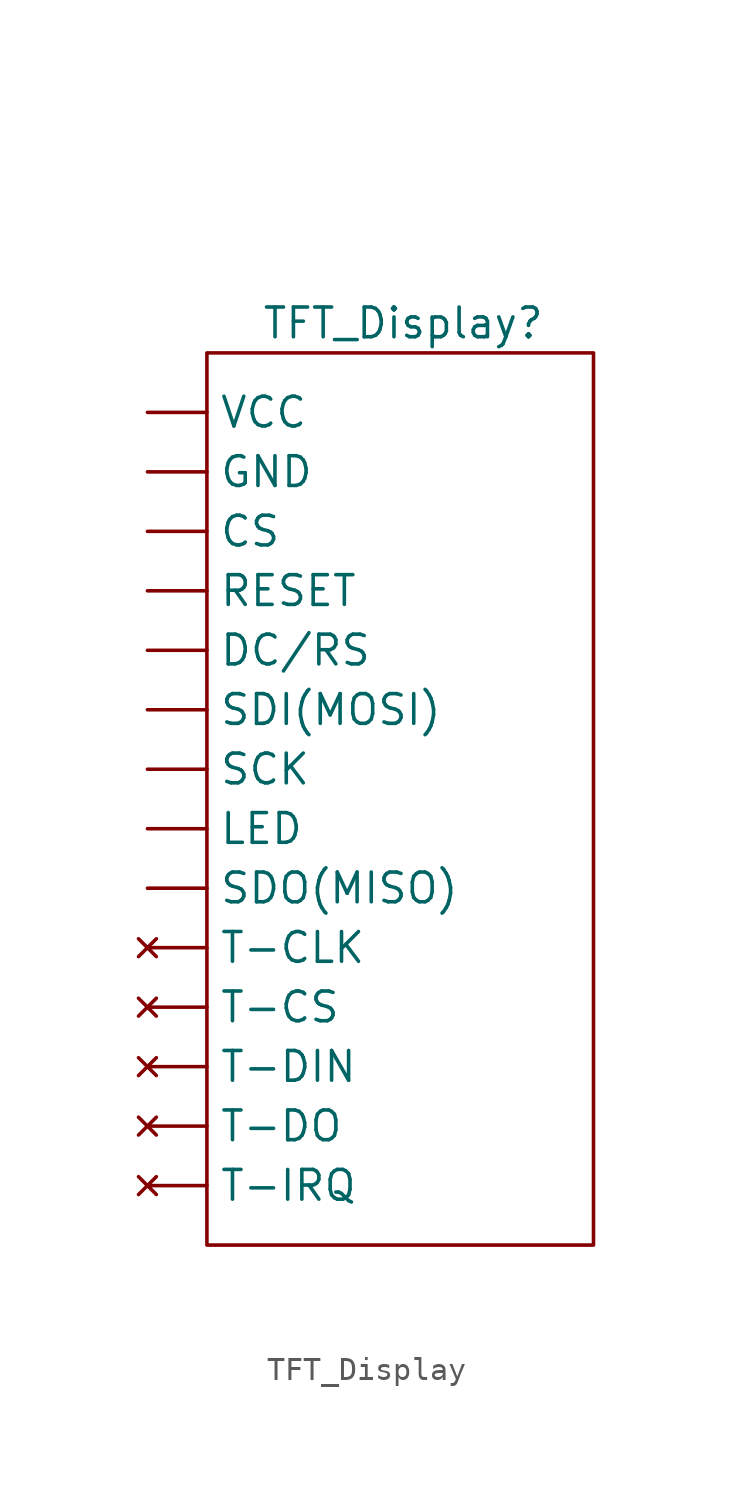
<source format=kicad_sym>
(kicad_symbol_lib
  (version 20231120)
  (generator "kicad_symbol_editor")
  (generator_version "8.0")
  (symbol "TFT_Display"
    (property "Reference" "TFT_Display"
      (at 29.972 -5.08 0)
      (effects (font (size 1.27 1.27))))
    (property "Value" ""
      (at 22.86 0 0)
      (effects (font (size 1.27 1.27))))
    (symbol "TFT_Display_0_1"
      (rectangle (start 21.59 -6.35) (end 38.1 -44.45) (stroke (width 0) (type default)) (fill (type none))))
    (symbol "TFT_Display_1_1"
      (pin free line (at 19.05 -13.97 0) (length 2.54) (name "CS" (effects (font (size 1.27 1.27)))) (number "" (effects (font (size 1.27 1.27)))))
      (pin free line (at 19.05 -19.05 0) (length 2.54) (name "DC/RS" (effects (font (size 1.27 1.27)))) (number "" (effects (font (size 1.27 1.27)))))
      (pin free line (at 19.05 -11.43 0) (length 2.54) (name "GND" (effects (font (size 1.27 1.27)))) (number "" (effects (font (size 1.27 1.27)))))
      (pin free line (at 19.05 -26.67 0) (length 2.54) (name "LED" (effects (font (size 1.27 1.27)))) (number "" (effects (font (size 1.27 1.27)))))
      (pin free line (at 19.05 -16.51 0) (length 2.54) (name "RESET" (effects (font (size 1.27 1.27)))) (number "" (effects (font (size 1.27 1.27)))))
      (pin free line (at 19.05 -24.13 0) (length 2.54) (name "SCK" (effects (font (size 1.27 1.27)))) (number "" (effects (font (size 1.27 1.27)))))
      (pin free line (at 19.05 -21.59 0) (length 2.54) (name "SDI(MOSI)" (effects (font (size 1.27 1.27)))) (number "" (effects (font (size 1.27 1.27)))))
      (pin free line (at 19.05 -29.21 0) (length 2.54) (name "SDO(MISO)" (effects (font (size 1.27 1.27)))) (number "" (effects (font (size 1.27 1.27)))))
      (pin no_connect line (at 19.05 -31.75 0) (length 2.54) (name "T-CLK" (effects (font (size 1.27 1.27)))) (number "" (effects (font (size 1.27 1.27)))))
      (pin no_connect line (at 19.05 -34.29 0) (length 2.54) (name "T-CS" (effects (font (size 1.27 1.27)))) (number "" (effects (font (size 1.27 1.27)))))
      (pin no_connect line (at 19.05 -36.83 0) (length 2.54) (name "T-DIN" (effects (font (size 1.27 1.27)))) (number "" (effects (font (size 1.27 1.27)))))
      (pin no_connect line (at 19.05 -39.37 0) (length 2.54) (name "T-DO" (effects (font (size 1.27 1.27)))) (number "" (effects (font (size 1.27 1.27)))))
      (pin no_connect line (at 19.05 -41.91 0) (length 2.54) (name "T-IRQ" (effects (font (size 1.27 1.27)))) (number "" (effects (font (size 1.27 1.27)))))
      (pin power_in line (at 19.05 -8.89 0) (length 2.54) (name "VCC" (effects (font (size 1.27 1.27)))) (number "" (effects (font (size 1.27 1.27))))))))
</source>
